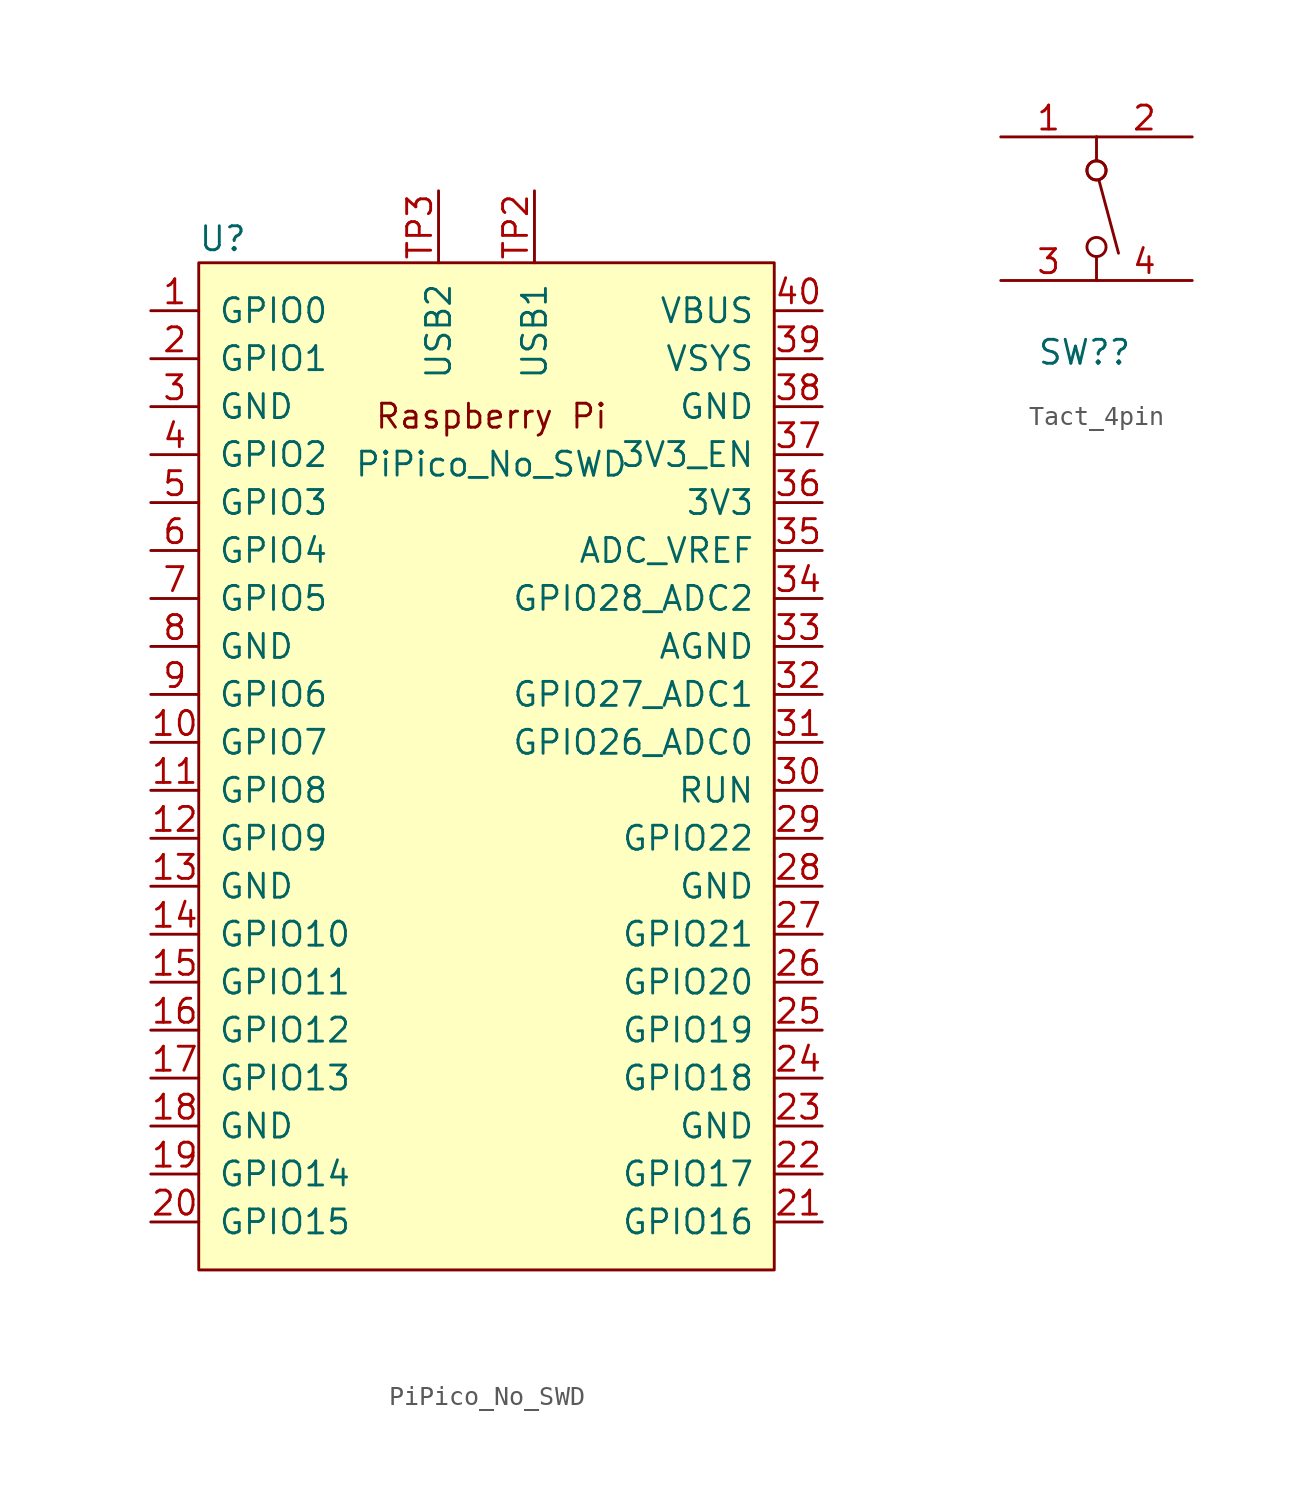
<source format=kicad_sym>
(kicad_symbol_lib
  (version 20231120)
  (generator "kicad_symbol_editor")
  (generator_version "8.0")
  (symbol "PiPico_No_SWD"
    (pin_names
      (offset 1.016))
    (property "Reference" "U"
      (at -13.97 27.94 0)
      (effects (font (size 1.27 1.27))))
    (property "Value" "PiPico_No_SWD"
      (at 0.254 16.002 0)
      (effects (font (size 1.27 1.27))))
    (symbol "PiPico_No_SWD_0_0"
      (text "Raspberry Pi" (at 0.254 18.542 0) (effects (font (size 1.27 1.27)))))
    (symbol "PiPico_No_SWD_0_1"
      (rectangle (start -15.24 26.67) (end 15.24 -26.67) (stroke (width 0) (type solid)) (fill (type background))))
    (symbol "PiPico_No_SWD_1_1"
      (pin bidirectional line (at -17.78 24.13 0) (length 2.54) (name "GPIO0" (effects (font (size 1.27 1.27)))) (number "1" (effects (font (size 1.27 1.27)))))
      (pin bidirectional line (at -17.78 1.27 0) (length 2.54) (name "GPIO7" (effects (font (size 1.27 1.27)))) (number "10" (effects (font (size 1.27 1.27)))))
      (pin bidirectional line (at -17.78 -1.27 0) (length 2.54) (name "GPIO8" (effects (font (size 1.27 1.27)))) (number "11" (effects (font (size 1.27 1.27)))))
      (pin bidirectional line (at -17.78 -3.81 0) (length 2.54) (name "GPIO9" (effects (font (size 1.27 1.27)))) (number "12" (effects (font (size 1.27 1.27)))))
      (pin power_in line (at -17.78 -6.35 0) (length 2.54) (name "GND" (effects (font (size 1.27 1.27)))) (number "13" (effects (font (size 1.27 1.27)))))
      (pin bidirectional line (at -17.78 -8.89 0) (length 2.54) (name "GPIO10" (effects (font (size 1.27 1.27)))) (number "14" (effects (font (size 1.27 1.27)))))
      (pin bidirectional line (at -17.78 -11.43 0) (length 2.54) (name "GPIO11" (effects (font (size 1.27 1.27)))) (number "15" (effects (font (size 1.27 1.27)))))
      (pin bidirectional line (at -17.78 -13.97 0) (length 2.54) (name "GPIO12" (effects (font (size 1.27 1.27)))) (number "16" (effects (font (size 1.27 1.27)))))
      (pin bidirectional line (at -17.78 -16.51 0) (length 2.54) (name "GPIO13" (effects (font (size 1.27 1.27)))) (number "17" (effects (font (size 1.27 1.27)))))
      (pin power_in line (at -17.78 -19.05 0) (length 2.54) (name "GND" (effects (font (size 1.27 1.27)))) (number "18" (effects (font (size 1.27 1.27)))))
      (pin bidirectional line (at -17.78 -21.59 0) (length 2.54) (name "GPIO14" (effects (font (size 1.27 1.27)))) (number "19" (effects (font (size 1.27 1.27)))))
      (pin bidirectional line (at -17.78 21.59 0) (length 2.54) (name "GPIO1" (effects (font (size 1.27 1.27)))) (number "2" (effects (font (size 1.27 1.27)))))
      (pin bidirectional line (at -17.78 -24.13 0) (length 2.54) (name "GPIO15" (effects (font (size 1.27 1.27)))) (number "20" (effects (font (size 1.27 1.27)))))
      (pin bidirectional line (at 17.78 -24.13 180) (length 2.54) (name "GPIO16" (effects (font (size 1.27 1.27)))) (number "21" (effects (font (size 1.27 1.27)))))
      (pin bidirectional line (at 17.78 -21.59 180) (length 2.54) (name "GPIO17" (effects (font (size 1.27 1.27)))) (number "22" (effects (font (size 1.27 1.27)))))
      (pin power_in line (at 17.78 -19.05 180) (length 2.54) (name "GND" (effects (font (size 1.27 1.27)))) (number "23" (effects (font (size 1.27 1.27)))))
      (pin bidirectional line (at 17.78 -16.51 180) (length 2.54) (name "GPIO18" (effects (font (size 1.27 1.27)))) (number "24" (effects (font (size 1.27 1.27)))))
      (pin bidirectional line (at 17.78 -13.97 180) (length 2.54) (name "GPIO19" (effects (font (size 1.27 1.27)))) (number "25" (effects (font (size 1.27 1.27)))))
      (pin bidirectional line (at 17.78 -11.43 180) (length 2.54) (name "GPIO20" (effects (font (size 1.27 1.27)))) (number "26" (effects (font (size 1.27 1.27)))))
      (pin bidirectional line (at 17.78 -8.89 180) (length 2.54) (name "GPIO21" (effects (font (size 1.27 1.27)))) (number "27" (effects (font (size 1.27 1.27)))))
      (pin power_in line (at 17.78 -6.35 180) (length 2.54) (name "GND" (effects (font (size 1.27 1.27)))) (number "28" (effects (font (size 1.27 1.27)))))
      (pin bidirectional line (at 17.78 -3.81 180) (length 2.54) (name "GPIO22" (effects (font (size 1.27 1.27)))) (number "29" (effects (font (size 1.27 1.27)))))
      (pin power_in line (at -17.78 19.05 0) (length 2.54) (name "GND" (effects (font (size 1.27 1.27)))) (number "3" (effects (font (size 1.27 1.27)))))
      (pin input line (at 17.78 -1.27 180) (length 2.54) (name "RUN" (effects (font (size 1.27 1.27)))) (number "30" (effects (font (size 1.27 1.27)))))
      (pin bidirectional line (at 17.78 1.27 180) (length 2.54) (name "GPIO26_ADC0" (effects (font (size 1.27 1.27)))) (number "31" (effects (font (size 1.27 1.27)))))
      (pin bidirectional line (at 17.78 3.81 180) (length 2.54) (name "GPIO27_ADC1" (effects (font (size 1.27 1.27)))) (number "32" (effects (font (size 1.27 1.27)))))
      (pin power_in line (at 17.78 6.35 180) (length 2.54) (name "AGND" (effects (font (size 1.27 1.27)))) (number "33" (effects (font (size 1.27 1.27)))))
      (pin bidirectional line (at 17.78 8.89 180) (length 2.54) (name "GPIO28_ADC2" (effects (font (size 1.27 1.27)))) (number "34" (effects (font (size 1.27 1.27)))))
      (pin unspecified line (at 17.78 11.43 180) (length 2.54) (name "ADC_VREF" (effects (font (size 1.27 1.27)))) (number "35" (effects (font (size 1.27 1.27)))))
      (pin unspecified line (at 17.78 13.97 180) (length 2.54) (name "3V3" (effects (font (size 1.27 1.27)))) (number "36" (effects (font (size 1.27 1.27)))))
      (pin input line (at 17.78 16.51 180) (length 2.54) (name "3V3_EN" (effects (font (size 1.27 1.27)))) (number "37" (effects (font (size 1.27 1.27)))))
      (pin bidirectional line (at 17.78 19.05 180) (length 2.54) (name "GND" (effects (font (size 1.27 1.27)))) (number "38" (effects (font (size 1.27 1.27)))))
      (pin unspecified line (at 17.78 21.59 180) (length 2.54) (name "VSYS" (effects (font (size 1.27 1.27)))) (number "39" (effects (font (size 1.27 1.27)))))
      (pin bidirectional line (at -17.78 16.51 0) (length 2.54) (name "GPIO2" (effects (font (size 1.27 1.27)))) (number "4" (effects (font (size 1.27 1.27)))))
      (pin unspecified line (at 17.78 24.13 180) (length 2.54) (name "VBUS" (effects (font (size 1.27 1.27)))) (number "40" (effects (font (size 1.27 1.27)))))
      (pin bidirectional line (at -17.78 13.97 0) (length 2.54) (name "GPIO3" (effects (font (size 1.27 1.27)))) (number "5" (effects (font (size 1.27 1.27)))))
      (pin bidirectional line (at -17.78 11.43 0) (length 2.54) (name "GPIO4" (effects (font (size 1.27 1.27)))) (number "6" (effects (font (size 1.27 1.27)))))
      (pin bidirectional line (at -17.78 8.89 0) (length 2.54) (name "GPIO5" (effects (font (size 1.27 1.27)))) (number "7" (effects (font (size 1.27 1.27)))))
      (pin power_in line (at -17.78 6.35 0) (length 2.54) (name "GND" (effects (font (size 1.27 1.27)))) (number "8" (effects (font (size 1.27 1.27)))))
      (pin bidirectional line (at -17.78 3.81 0) (length 2.54) (name "GPIO6" (effects (font (size 1.27 1.27)))) (number "9" (effects (font (size 1.27 1.27)))))
      (pin bidirectional line (at 2.54 30.48 270) (length 3.81) (name "USB1" (effects (font (size 1.27 1.27)))) (number "TP2" (effects (font (size 1.27 1.27)))))
      (pin bidirectional line (at -2.54 30.48 270) (length 3.81) (name "USB2" (effects (font (size 1.27 1.27)))) (number "TP3" (effects (font (size 1.27 1.27)))))))
  (symbol "Tact_4pin"
    (pin_names
      (offset 0) hide)
    (property "Reference" "SW?"
      (at -0.635 -7.62 0)
      (effects (font (size 1.27 1.27))))
    (symbol "Tact_4pin_0_0"
      (circle (center 0 -2.032) (radius 0.508) (stroke (width 0) (type default)) (fill (type none)))
      (polyline (pts (xy 0.127 1.524) (xy 1.168 -2.362)) (stroke (width 0) (type default)) (fill (type none)))
      (circle (center 0 2.032) (radius 0.508) (stroke (width 0) (type default)) (fill (type none)))
      (circle (center 0 2.032) (radius 0.508) (stroke (width 0) (type default)) (fill (type none))))
    (symbol "Tact_4pin_0_1"
      (polyline (pts (xy 0 -2.54) (xy 0 -3.81)) (stroke (width 0) (type default)) (fill (type none)))
      (polyline (pts (xy 0 3.81) (xy 0 2.54)) (stroke (width 0) (type default)) (fill (type none))))
    (symbol "Tact_4pin_1_1"
      (pin passive line (at -5.08 3.81 0) (length 5.08) (name "~" (effects (font (size 1.27 1.27)))) (number "1" (effects (font (size 1.27 1.27)))))
      (pin passive line (at 5.08 3.81 180) (length 5.08) (name "~" (effects (font (size 1.27 1.27)))) (number "2" (effects (font (size 1.27 1.27)))))
      (pin passive line (at -5.08 -3.81 0) (length 5.08) (name "~" (effects (font (size 1.27 1.27)))) (number "3" (effects (font (size 1.27 1.27)))))
      (pin passive line (at 5.08 -3.81 180) (length 5.08) (name "~" (effects (font (size 1.27 1.27)))) (number "4" (effects (font (size 1.27 1.27))))))))
</source>
